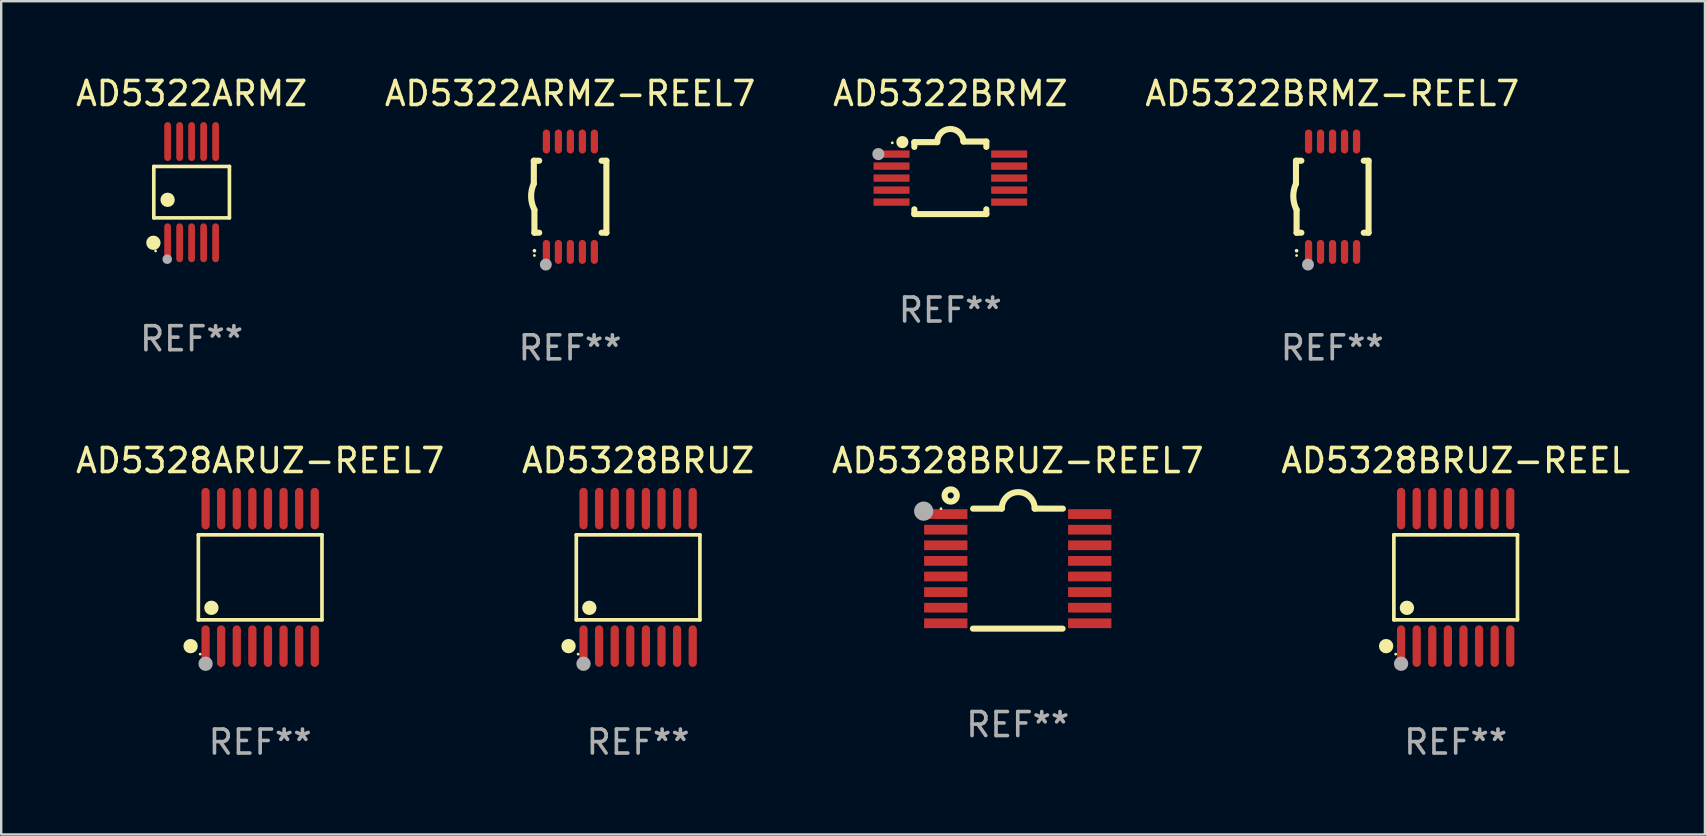
<source format=kicad_pcb>
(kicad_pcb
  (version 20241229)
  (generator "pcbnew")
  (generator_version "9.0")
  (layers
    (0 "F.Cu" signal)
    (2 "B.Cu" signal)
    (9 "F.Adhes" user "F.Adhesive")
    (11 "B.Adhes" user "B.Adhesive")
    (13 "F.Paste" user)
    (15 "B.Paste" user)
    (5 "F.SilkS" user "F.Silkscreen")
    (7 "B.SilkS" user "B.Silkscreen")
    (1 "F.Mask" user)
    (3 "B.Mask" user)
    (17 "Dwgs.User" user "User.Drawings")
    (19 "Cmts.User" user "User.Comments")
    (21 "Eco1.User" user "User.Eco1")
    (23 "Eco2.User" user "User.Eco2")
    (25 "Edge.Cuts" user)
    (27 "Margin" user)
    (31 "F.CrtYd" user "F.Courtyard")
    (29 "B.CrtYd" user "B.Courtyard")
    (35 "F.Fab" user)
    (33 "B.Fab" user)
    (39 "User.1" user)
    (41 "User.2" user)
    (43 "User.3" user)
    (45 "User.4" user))
  (footprint "AD5322BRMZ-REEL7"
    (layer "F.Cu")
    (at 52.47 5.148)
    (property "Reference" "AD5322BRMZ-REEL7" (at 0 -4.3 0) (layer "F.SilkS") (effects (font (size 1 1) (thickness 0.15))))
    (attr through_hole)
    (fp_line (start -1.512 -1.5) (end -1.512 -0.546) (stroke (width 0.254) (type solid)) (layer "F.SilkS"))
    (fp_line (start -1.487 0.546) (end -1.487 1.5) (stroke (width 0.254) (type solid)) (layer "F.SilkS"))
    (fp_line (start -1.288 -1.5) (end -1.512 -1.5) (stroke (width 0.254) (type solid)) (layer "F.SilkS"))
    (fp_line (start -1.288 1.5) (end -1.487 1.5) (stroke (width 0.254) (type solid)) (layer "F.SilkS"))
    (fp_line (start 1.512 -1.5) (end 1.312 -1.5) (stroke (width 0.254) (type solid)) (layer "F.SilkS"))
    (fp_line (start 1.512 -1.5) (end 1.512 1.5) (stroke (width 0.254) (type solid)) (layer "F.SilkS"))
    (fp_line (start 1.512 1.5) (end 1.312 1.5) (stroke (width 0.254) (type solid)) (layer "F.SilkS"))
    (fp_arc (start -1.487998 2.250013) (mid -1.486728 2.250007) (end -1.485458 2.250013) (stroke (width 0.150013) (type solid)) (layer "F.SilkS"))
    (fp_arc (start -1.486602 0.546102) (mid -1.624196 0.002905) (end -1.512002 -0.546101) (stroke (width 0.254001) (type solid)) (layer "F.SilkS"))
    (fp_circle (center -1.488 2.45) (end -1.458 2.45) (stroke (width 0.06) (type solid)) (fill no) (layer "F.SilkS"))
    (fp_circle (center -1.012 2.828) (end -0.887 2.828) (stroke (width 0.25) (type solid)) (fill no) (layer "F.Fab"))
    (fp_text user "REF**" (at 0 6.3 0) (layer "F.Fab") (effects (font (size 1 1) (thickness 0.15))))
    (pad "1" smd oval (at -0.988 2.3) (size 0.3 1) (layers "F.Cu" "F.Mask" "F.Paste"))
    (pad "2" smd oval (at -0.488 2.3) (size 0.3 1) (layers "F.Cu" "F.Mask" "F.Paste"))
    (pad "3" smd oval (at 0.012 2.3) (size 0.3 1) (layers "F.Cu" "F.Mask" "F.Paste"))
    (pad "4" smd oval (at 0.512 2.3) (size 0.3 1) (layers "F.Cu" "F.Mask" "F.Paste"))
    (pad "5" smd oval (at 1.012 2.3) (size 0.3 1) (layers "F.Cu" "F.Mask" "F.Paste"))
    (pad "6" smd oval (at 1.012 -2.3) (size 0.3 1) (layers "F.Cu" "F.Mask" "F.Paste"))
    (pad "7" smd oval (at 0.512 -2.3) (size 0.3 1) (layers "F.Cu" "F.Mask" "F.Paste"))
    (pad "8" smd oval (at 0.012 -2.3) (size 0.3 1) (layers "F.Cu" "F.Mask" "F.Paste"))
    (pad "9" smd oval (at -0.488 -2.3) (size 0.3 1) (layers "F.Cu" "F.Mask" "F.Paste"))
    (pad "10" smd oval (at -0.988 -2.3) (size 0.3 1) (layers "F.Cu" "F.Mask" "F.Paste")))
  (footprint "AD5328BRUZ-REEL7"
    (layer "F.Cu")
    (at 39.363 20.646)
    (property "Reference" "AD5328BRUZ-REEL7" (at 0 -4.501 0) (layer "F.SilkS") (effects (font (size 1 1) (thickness 0.15))))
    (attr through_hole)
    (fp_line (start -1.868 2.501) (end 1.868 2.501) (stroke (width 0.254) (type solid)) (layer "F.SilkS"))
    (fp_line (start -1.86 -2.499) (end -0.666 -2.501) (stroke (width 0.254) (type solid)) (layer "F.SilkS"))
    (fp_line (start 0.706 -2.501) (end 1.88 -2.499) (stroke (width 0.254) (type solid)) (layer "F.SilkS"))
    (fp_arc (start -0.665914 -2.501448) (mid 0.019888 -3.18725) (end 0.70569 -2.501448) (stroke (width 0.254001) (type solid)) (layer "F.SilkS"))
    (fp_circle (center -3.2 -2.497) (end -3.17 -2.497) (stroke (width 0.06) (type solid)) (fill no) (layer "F.SilkS"))
    (fp_circle (center -2.794 -3.047) (end -2.54 -3.047) (stroke (width 0.254) (type solid)) (fill no) (layer "F.SilkS"))
    (fp_circle (center -3.921 -2.395) (end -3.721 -2.395) (stroke (width 0.4) (type solid)) (fill no) (layer "F.Fab"))
    (fp_text user "REF**" (at 0 6.501 0) (layer "F.Fab") (effects (font (size 1 1) (thickness 0.15))))
    (pad "1" smd rect (at -3 -2.272) (size 1.803 0.406) (layers "F.Cu" "F.Mask" "F.Paste"))
    (pad "2" smd rect (at -3 -1.622) (size 1.803 0.406) (layers "F.Cu" "F.Mask" "F.Paste"))
    (pad "3" smd rect (at -3 -0.972) (size 1.803 0.406) (layers "F.Cu" "F.Mask" "F.Paste"))
    (pad "4" smd rect (at -3 -0.322) (size 1.803 0.406) (layers "F.Cu" "F.Mask" "F.Paste"))
    (pad "5" smd rect (at -3 0.328) (size 1.803 0.406) (layers "F.Cu" "F.Mask" "F.Paste"))
    (pad "6" smd rect (at -3 0.978) (size 1.803 0.406) (layers "F.Cu" "F.Mask" "F.Paste"))
    (pad "7" smd rect (at -3 1.628) (size 1.803 0.406) (layers "F.Cu" "F.Mask" "F.Paste"))
    (pad "8" smd rect (at -3 2.278) (size 1.803 0.406) (layers "F.Cu" "F.Mask" "F.Paste"))
    (pad "9" smd rect (at 3 2.278) (size 1.803 0.406) (layers "F.Cu" "F.Mask" "F.Paste"))
    (pad "10" smd rect (at 3 1.628) (size 1.803 0.406) (layers "F.Cu" "F.Mask" "F.Paste"))
    (pad "11" smd rect (at 3 0.978) (size 1.803 0.406) (layers "F.Cu" "F.Mask" "F.Paste"))
    (pad "12" smd rect (at 3 0.328) (size 1.803 0.406) (layers "F.Cu" "F.Mask" "F.Paste"))
    (pad "13" smd rect (at 3 -0.322) (size 1.803 0.406) (layers "F.Cu" "F.Mask" "F.Paste"))
    (pad "14" smd rect (at 3 -0.972) (size 1.803 0.406) (layers "F.Cu" "F.Mask" "F.Paste"))
    (pad "15" smd rect (at 3 -1.622) (size 1.803 0.406) (layers "F.Cu" "F.Mask" "F.Paste"))
    (pad "16" smd rect (at 3 -2.272) (size 1.803 0.406) (layers "F.Cu" "F.Mask" "F.Paste")))
  (footprint "AD5322BRMZ"
    (layer "F.Cu")
    (at 36.554 4.36)
    (property "Reference" "AD5322BRMZ" (at 0 -3.512 0) (layer "F.SilkS") (effects (font (size 1 1) (thickness 0.15))))
    (attr through_hole)
    (fp_line (start -1.5 -1.288) (end -1.5 -1.487) (stroke (width 0.254) (type solid)) (layer "F.SilkS"))
    (fp_line (start -1.5 1.512) (end -1.5 1.312) (stroke (width 0.254) (type solid)) (layer "F.SilkS"))
    (fp_line (start -0.546 -1.487) (end -1.5 -1.487) (stroke (width 0.254) (type solid)) (layer "F.SilkS"))
    (fp_line (start 1.5 -1.512) (end 0.546 -1.512) (stroke (width 0.254) (type solid)) (layer "F.SilkS"))
    (fp_line (start 1.5 -1.288) (end 1.5 -1.512) (stroke (width 0.254) (type solid)) (layer "F.SilkS"))
    (fp_line (start 1.5 1.512) (end -1.5 1.512) (stroke (width 0.254) (type solid)) (layer "F.SilkS"))
    (fp_line (start 1.5 1.512) (end 1.5 1.312) (stroke (width 0.254) (type solid)) (layer "F.SilkS"))
    (fp_arc (start -0.546151 -1.486601) (mid -0.01246 -2.032889) (end 0.54605 -1.512002) (stroke (width 0.254001) (type solid)) (layer "F.SilkS"))
    (fp_circle (center -2.42 -1.458) (end -2.39 -1.458) (stroke (width 0.06) (type solid)) (fill no) (layer "F.SilkS"))
    (fp_circle (center -2 -1.488) (end -1.873 -1.488) (stroke (width 0.254) (type solid)) (fill no) (layer "F.SilkS"))
    (fp_circle (center -3 -0.988) (end -2.873 -0.988) (stroke (width 0.254) (type solid)) (fill no) (layer "F.Fab"))
    (fp_text user "REF**" (at 0 5.512 0) (layer "F.Fab") (effects (font (size 1 1) (thickness 0.15))))
    (pad "1" smd rect (at -2.451 -0.988) (size 1.5 0.305) (layers "F.Cu" "F.Mask" "F.Paste"))
    (pad "2" smd rect (at -2.451 -0.488) (size 1.5 0.305) (layers "F.Cu" "F.Mask" "F.Paste"))
    (pad "3" smd rect (at -2.451 0.012) (size 1.5 0.305) (layers "F.Cu" "F.Mask" "F.Paste"))
    (pad "4" smd rect (at -2.451 0.512) (size 1.5 0.305) (layers "F.Cu" "F.Mask" "F.Paste"))
    (pad "5" smd rect (at -2.451 1.012) (size 1.5 0.305) (layers "F.Cu" "F.Mask" "F.Paste"))
    (pad "6" smd rect (at 2.451 1.012) (size 1.5 0.305) (layers "F.Cu" "F.Mask" "F.Paste"))
    (pad "7" smd rect (at 2.451 0.512) (size 1.5 0.305) (layers "F.Cu" "F.Mask" "F.Paste"))
    (pad "8" smd rect (at 2.451 0.012) (size 1.5 0.305) (layers "F.Cu" "F.Mask" "F.Paste"))
    (pad "9" smd rect (at 2.451 -0.488) (size 1.5 0.305) (layers "F.Cu" "F.Mask" "F.Paste"))
    (pad "10" smd rect (at 2.451 -0.988) (size 1.5 0.305) (layers "F.Cu" "F.Mask" "F.Paste")))
  (footprint "AD5322ARMZ-REEL7"
    (layer "F.Cu")
    (at 20.708 5.148)
    (property "Reference" "AD5322ARMZ-REEL7" (at 0 -4.3 0) (layer "F.SilkS") (effects (font (size 1 1) (thickness 0.15))))
    (attr through_hole)
    (fp_line (start -1.512 -1.5) (end -1.512 -0.546) (stroke (width 0.254) (type solid)) (layer "F.SilkS"))
    (fp_line (start -1.487 0.546) (end -1.487 1.5) (stroke (width 0.254) (type solid)) (layer "F.SilkS"))
    (fp_line (start -1.288 -1.5) (end -1.512 -1.5) (stroke (width 0.254) (type solid)) (layer "F.SilkS"))
    (fp_line (start -1.288 1.5) (end -1.487 1.5) (stroke (width 0.254) (type solid)) (layer "F.SilkS"))
    (fp_line (start 1.512 -1.5) (end 1.312 -1.5) (stroke (width 0.254) (type solid)) (layer "F.SilkS"))
    (fp_line (start 1.512 -1.5) (end 1.512 1.5) (stroke (width 0.254) (type solid)) (layer "F.SilkS"))
    (fp_line (start 1.512 1.5) (end 1.312 1.5) (stroke (width 0.254) (type solid)) (layer "F.SilkS"))
    (fp_arc (start -1.487998 2.250013) (mid -1.486728 2.250007) (end -1.485458 2.250013) (stroke (width 0.150013) (type solid)) (layer "F.SilkS"))
    (fp_arc (start -1.486602 0.546102) (mid -1.624196 0.002905) (end -1.512002 -0.546101) (stroke (width 0.254001) (type solid)) (layer "F.SilkS"))
    (fp_circle (center -1.488 2.45) (end -1.458 2.45) (stroke (width 0.06) (type solid)) (fill no) (layer "F.SilkS"))
    (fp_circle (center -1.012 2.828) (end -0.887 2.828) (stroke (width 0.25) (type solid)) (fill no) (layer "F.Fab"))
    (fp_text user "REF**" (at 0 6.3 0) (layer "F.Fab") (effects (font (size 1 1) (thickness 0.15))))
    (pad "1" smd oval (at -0.988 2.3) (size 0.3 1) (layers "F.Cu" "F.Mask" "F.Paste"))
    (pad "2" smd oval (at -0.488 2.3) (size 0.3 1) (layers "F.Cu" "F.Mask" "F.Paste"))
    (pad "3" smd oval (at 0.012 2.3) (size 0.3 1) (layers "F.Cu" "F.Mask" "F.Paste"))
    (pad "4" smd oval (at 0.512 2.3) (size 0.3 1) (layers "F.Cu" "F.Mask" "F.Paste"))
    (pad "5" smd oval (at 1.012 2.3) (size 0.3 1) (layers "F.Cu" "F.Mask" "F.Paste"))
    (pad "6" smd oval (at 1.012 -2.3) (size 0.3 1) (layers "F.Cu" "F.Mask" "F.Paste"))
    (pad "7" smd oval (at 0.512 -2.3) (size 0.3 1) (layers "F.Cu" "F.Mask" "F.Paste"))
    (pad "8" smd oval (at 0.012 -2.3) (size 0.3 1) (layers "F.Cu" "F.Mask" "F.Paste"))
    (pad "9" smd oval (at -0.488 -2.3) (size 0.3 1) (layers "F.Cu" "F.Mask" "F.Paste"))
    (pad "10" smd oval (at -0.988 -2.3) (size 0.3 1) (layers "F.Cu" "F.Mask" "F.Paste")))
  (footprint "AD5328BRUZ-REEL"
    (layer "F.Cu")
    (at 57.613 21.01)
    (property "Reference" "AD5328BRUZ-REEL" (at 0 -4.866 0) (layer "F.SilkS") (effects (font (size 1 1) (thickness 0.15))))
    (attr through_hole)
    (fp_line (start -2.576 -1.772) (end 2.576 -1.772) (stroke (width 0.152) (type solid)) (layer "F.SilkS"))
    (fp_line (start -2.576 1.771) (end -2.576 -1.772) (stroke (width 0.152) (type solid)) (layer "F.SilkS"))
    (fp_line (start 2.576 -1.772) (end 2.576 1.771) (stroke (width 0.152) (type solid)) (layer "F.SilkS"))
    (fp_line (start 2.576 1.771) (end -2.576 1.771) (stroke (width 0.152) (type solid)) (layer "F.SilkS"))
    (fp_circle (center -2.899 2.866) (end -2.749 2.866) (stroke (width 0.3) (type solid)) (fill no) (layer "F.SilkS"))
    (fp_circle (center -2.5 3.2) (end -2.47 3.2) (stroke (width 0.06) (type solid)) (fill no) (layer "F.SilkS"))
    (fp_circle (center -2.032 1.27) (end -1.882 1.27) (stroke (width 0.3) (type solid)) (fill no) (layer "F.SilkS"))
    (fp_circle (center -2.275 3.6) (end -2.125 3.6) (stroke (width 0.3) (type solid)) (fill no) (layer "F.Fab"))
    (fp_text user "REF**" (at 0 6.866 0) (layer "F.Fab") (effects (font (size 1 1) (thickness 0.15))))
    (pad "1" smd oval (at -2.275 2.866) (size 0.343 1.731) (layers "F.Cu" "F.Mask" "F.Paste"))
    (pad "2" smd oval (at -1.625 2.866) (size 0.343 1.731) (layers "F.Cu" "F.Mask" "F.Paste"))
    (pad "3" smd oval (at -0.975 2.866) (size 0.343 1.731) (layers "F.Cu" "F.Mask" "F.Paste"))
    (pad "4" smd oval (at -0.325 2.866) (size 0.343 1.731) (layers "F.Cu" "F.Mask" "F.Paste"))
    (pad "5" smd oval (at 0.325 2.866) (size 0.343 1.731) (layers "F.Cu" "F.Mask" "F.Paste"))
    (pad "6" smd oval (at 0.975 2.866) (size 0.343 1.731) (layers "F.Cu" "F.Mask" "F.Paste"))
    (pad "7" smd oval (at 1.625 2.866) (size 0.343 1.731) (layers "F.Cu" "F.Mask" "F.Paste"))
    (pad "8" smd oval (at 2.275 2.866) (size 0.343 1.731) (layers "F.Cu" "F.Mask" "F.Paste"))
    (pad "9" smd oval (at 2.275 -2.866) (size 0.343 1.731) (layers "F.Cu" "F.Mask" "F.Paste"))
    (pad "10" smd oval (at 1.625 -2.866) (size 0.343 1.731) (layers "F.Cu" "F.Mask" "F.Paste"))
    (pad "11" smd oval (at 0.975 -2.866) (size 0.343 1.731) (layers "F.Cu" "F.Mask" "F.Paste"))
    (pad "12" smd oval (at 0.325 -2.866) (size 0.343 1.731) (layers "F.Cu" "F.Mask" "F.Paste"))
    (pad "13" smd oval (at -0.325 -2.866) (size 0.343 1.731) (layers "F.Cu" "F.Mask" "F.Paste"))
    (pad "14" smd oval (at -0.975 -2.866) (size 0.343 1.731) (layers "F.Cu" "F.Mask" "F.Paste"))
    (pad "15" smd oval (at -1.625 -2.866) (size 0.343 1.731) (layers "F.Cu" "F.Mask" "F.Paste"))
    (pad "16" smd oval (at -2.275 -2.866) (size 0.343 1.731) (layers "F.Cu" "F.Mask" "F.Paste")))
  (footprint "AD5328BRUZ"
    (layer "F.Cu")
    (at 23.542 21.01)
    (property "Reference" "AD5328BRUZ" (at 0 -4.866 0) (layer "F.SilkS") (effects (font (size 1 1) (thickness 0.15))))
    (attr through_hole)
    (fp_line (start -2.576 -1.772) (end 2.576 -1.772) (stroke (width 0.152) (type solid)) (layer "F.SilkS"))
    (fp_line (start -2.576 1.771) (end -2.576 -1.772) (stroke (width 0.152) (type solid)) (layer "F.SilkS"))
    (fp_line (start 2.576 -1.772) (end 2.576 1.771) (stroke (width 0.152) (type solid)) (layer "F.SilkS"))
    (fp_line (start 2.576 1.771) (end -2.576 1.771) (stroke (width 0.152) (type solid)) (layer "F.SilkS"))
    (fp_circle (center -2.899 2.866) (end -2.749 2.866) (stroke (width 0.3) (type solid)) (fill no) (layer "F.SilkS"))
    (fp_circle (center -2.5 3.2) (end -2.47 3.2) (stroke (width 0.06) (type solid)) (fill no) (layer "F.SilkS"))
    (fp_circle (center -2.032 1.27) (end -1.882 1.27) (stroke (width 0.3) (type solid)) (fill no) (layer "F.SilkS"))
    (fp_circle (center -2.275 3.6) (end -2.125 3.6) (stroke (width 0.3) (type solid)) (fill no) (layer "F.Fab"))
    (fp_text user "REF**" (at 0 6.866 0) (layer "F.Fab") (effects (font (size 1 1) (thickness 0.15))))
    (pad "1" smd oval (at -2.275 2.866) (size 0.343 1.731) (layers "F.Cu" "F.Mask" "F.Paste"))
    (pad "2" smd oval (at -1.625 2.866) (size 0.343 1.731) (layers "F.Cu" "F.Mask" "F.Paste"))
    (pad "3" smd oval (at -0.975 2.866) (size 0.343 1.731) (layers "F.Cu" "F.Mask" "F.Paste"))
    (pad "4" smd oval (at -0.325 2.866) (size 0.343 1.731) (layers "F.Cu" "F.Mask" "F.Paste"))
    (pad "5" smd oval (at 0.325 2.866) (size 0.343 1.731) (layers "F.Cu" "F.Mask" "F.Paste"))
    (pad "6" smd oval (at 0.975 2.866) (size 0.343 1.731) (layers "F.Cu" "F.Mask" "F.Paste"))
    (pad "7" smd oval (at 1.625 2.866) (size 0.343 1.731) (layers "F.Cu" "F.Mask" "F.Paste"))
    (pad "8" smd oval (at 2.275 2.866) (size 0.343 1.731) (layers "F.Cu" "F.Mask" "F.Paste"))
    (pad "9" smd oval (at 2.275 -2.866) (size 0.343 1.731) (layers "F.Cu" "F.Mask" "F.Paste"))
    (pad "10" smd oval (at 1.625 -2.866) (size 0.343 1.731) (layers "F.Cu" "F.Mask" "F.Paste"))
    (pad "11" smd oval (at 0.975 -2.866) (size 0.343 1.731) (layers "F.Cu" "F.Mask" "F.Paste"))
    (pad "12" smd oval (at 0.325 -2.866) (size 0.343 1.731) (layers "F.Cu" "F.Mask" "F.Paste"))
    (pad "13" smd oval (at -0.325 -2.866) (size 0.343 1.731) (layers "F.Cu" "F.Mask" "F.Paste"))
    (pad "14" smd oval (at -0.975 -2.866) (size 0.343 1.731) (layers "F.Cu" "F.Mask" "F.Paste"))
    (pad "15" smd oval (at -1.625 -2.866) (size 0.343 1.731) (layers "F.Cu" "F.Mask" "F.Paste"))
    (pad "16" smd oval (at -2.275 -2.866) (size 0.343 1.731) (layers "F.Cu" "F.Mask" "F.Paste")))
  (footprint "AD5328ARUZ-REEL7"
    (layer "F.Cu")
    (at 7.792 21.01)
    (property "Reference" "AD5328ARUZ-REEL7" (at 0 -4.866 0) (layer "F.SilkS") (effects (font (size 1 1) (thickness 0.15))))
    (attr through_hole)
    (fp_line (start -2.576 -1.772) (end 2.576 -1.772) (stroke (width 0.152) (type solid)) (layer "F.SilkS"))
    (fp_line (start -2.576 1.771) (end -2.576 -1.772) (stroke (width 0.152) (type solid)) (layer "F.SilkS"))
    (fp_line (start 2.576 -1.772) (end 2.576 1.771) (stroke (width 0.152) (type solid)) (layer "F.SilkS"))
    (fp_line (start 2.576 1.771) (end -2.576 1.771) (stroke (width 0.152) (type solid)) (layer "F.SilkS"))
    (fp_circle (center -2.899 2.866) (end -2.749 2.866) (stroke (width 0.3) (type solid)) (fill no) (layer "F.SilkS"))
    (fp_circle (center -2.5 3.2) (end -2.47 3.2) (stroke (width 0.06) (type solid)) (fill no) (layer "F.SilkS"))
    (fp_circle (center -2.032 1.27) (end -1.882 1.27) (stroke (width 0.3) (type solid)) (fill no) (layer "F.SilkS"))
    (fp_circle (center -2.275 3.6) (end -2.125 3.6) (stroke (width 0.3) (type solid)) (fill no) (layer "F.Fab"))
    (fp_text user "REF**" (at 0 6.866 0) (layer "F.Fab") (effects (font (size 1 1) (thickness 0.15))))
    (pad "1" smd oval (at -2.275 2.866) (size 0.343 1.731) (layers "F.Cu" "F.Mask" "F.Paste"))
    (pad "2" smd oval (at -1.625 2.866) (size 0.343 1.731) (layers "F.Cu" "F.Mask" "F.Paste"))
    (pad "3" smd oval (at -0.975 2.866) (size 0.343 1.731) (layers "F.Cu" "F.Mask" "F.Paste"))
    (pad "4" smd oval (at -0.325 2.866) (size 0.343 1.731) (layers "F.Cu" "F.Mask" "F.Paste"))
    (pad "5" smd oval (at 0.325 2.866) (size 0.343 1.731) (layers "F.Cu" "F.Mask" "F.Paste"))
    (pad "6" smd oval (at 0.975 2.866) (size 0.343 1.731) (layers "F.Cu" "F.Mask" "F.Paste"))
    (pad "7" smd oval (at 1.625 2.866) (size 0.343 1.731) (layers "F.Cu" "F.Mask" "F.Paste"))
    (pad "8" smd oval (at 2.275 2.866) (size 0.343 1.731) (layers "F.Cu" "F.Mask" "F.Paste"))
    (pad "9" smd oval (at 2.275 -2.866) (size 0.343 1.731) (layers "F.Cu" "F.Mask" "F.Paste"))
    (pad "10" smd oval (at 1.625 -2.866) (size 0.343 1.731) (layers "F.Cu" "F.Mask" "F.Paste"))
    (pad "11" smd oval (at 0.975 -2.866) (size 0.343 1.731) (layers "F.Cu" "F.Mask" "F.Paste"))
    (pad "12" smd oval (at 0.325 -2.866) (size 0.343 1.731) (layers "F.Cu" "F.Mask" "F.Paste"))
    (pad "13" smd oval (at -0.325 -2.866) (size 0.343 1.731) (layers "F.Cu" "F.Mask" "F.Paste"))
    (pad "14" smd oval (at -0.975 -2.866) (size 0.343 1.731) (layers "F.Cu" "F.Mask" "F.Paste"))
    (pad "15" smd oval (at -1.625 -2.866) (size 0.343 1.731) (layers "F.Cu" "F.Mask" "F.Paste"))
    (pad "16" smd oval (at -2.275 -2.866) (size 0.343 1.731) (layers "F.Cu" "F.Mask" "F.Paste")))
  (footprint "AD5322ARMZ"
    (layer "F.Cu")
    (at 4.935 4.958)
    (property "Reference" "AD5322ARMZ" (at 0 -4.11 0) (layer "F.SilkS") (effects (font (size 1 1) (thickness 0.15))))
    (attr through_hole)
    (fp_line (start -1.576 -1.071) (end 1.576 -1.071) (stroke (width 0.152) (type solid)) (layer "F.SilkS"))
    (fp_line (start -1.576 1.071) (end -1.576 -1.071) (stroke (width 0.152) (type solid)) (layer "F.SilkS"))
    (fp_line (start 1.576 -1.071) (end 1.576 1.071) (stroke (width 0.152) (type solid)) (layer "F.SilkS"))
    (fp_line (start 1.576 1.071) (end -1.576 1.071) (stroke (width 0.152) (type solid)) (layer "F.SilkS"))
    (fp_circle (center -1.592 2.11) (end -1.442 2.11) (stroke (width 0.3) (type solid)) (fill no) (layer "F.SilkS"))
    (fp_circle (center -1.5 2.45) (end -1.47 2.45) (stroke (width 0.06) (type solid)) (fill no) (layer "F.SilkS"))
    (fp_circle (center -1 0.319) (end -0.85 0.319) (stroke (width 0.3) (type solid)) (fill no) (layer "F.SilkS"))
    (fp_circle (center -1.016 2.794) (end -0.916 2.794) (stroke (width 0.2) (type solid)) (fill no) (layer "F.Fab"))
    (fp_text user "REF**" (at 0 6.11 0) (layer "F.Fab") (effects (font (size 1 1) (thickness 0.15))))
    (pad "1" smd oval (at -1 2.11) (size 0.28 1.62) (layers "F.Cu" "F.Mask" "F.Paste"))
    (pad "2" smd oval (at -0.5 2.11) (size 0.28 1.62) (layers "F.Cu" "F.Mask" "F.Paste"))
    (pad "3" smd oval (at 0 2.11) (size 0.28 1.62) (layers "F.Cu" "F.Mask" "F.Paste"))
    (pad "4" smd oval (at 0.5 2.11) (size 0.28 1.62) (layers "F.Cu" "F.Mask" "F.Paste"))
    (pad "5" smd oval (at 1 2.11) (size 0.28 1.62) (layers "F.Cu" "F.Mask" "F.Paste"))
    (pad "6" smd oval (at 1 -2.11) (size 0.28 1.62) (layers "F.Cu" "F.Mask" "F.Paste"))
    (pad "7" smd oval (at 0.5 -2.11) (size 0.28 1.62) (layers "F.Cu" "F.Mask" "F.Paste"))
    (pad "8" smd oval (at 0 -2.11) (size 0.28 1.62) (layers "F.Cu" "F.Mask" "F.Paste"))
    (pad "9" smd oval (at -0.5 -2.11) (size 0.28 1.62) (layers "F.Cu" "F.Mask" "F.Paste"))
    (pad "10" smd oval (at -1 -2.11) (size 0.28 1.62) (layers "F.Cu" "F.Mask" "F.Paste")))
  (gr_rect
    (start -3 -3)
    (end 68 31.724)
    (stroke (width 0.1) (type default))
    (fill no)
    (layer "Edge.Cuts")))
</source>
